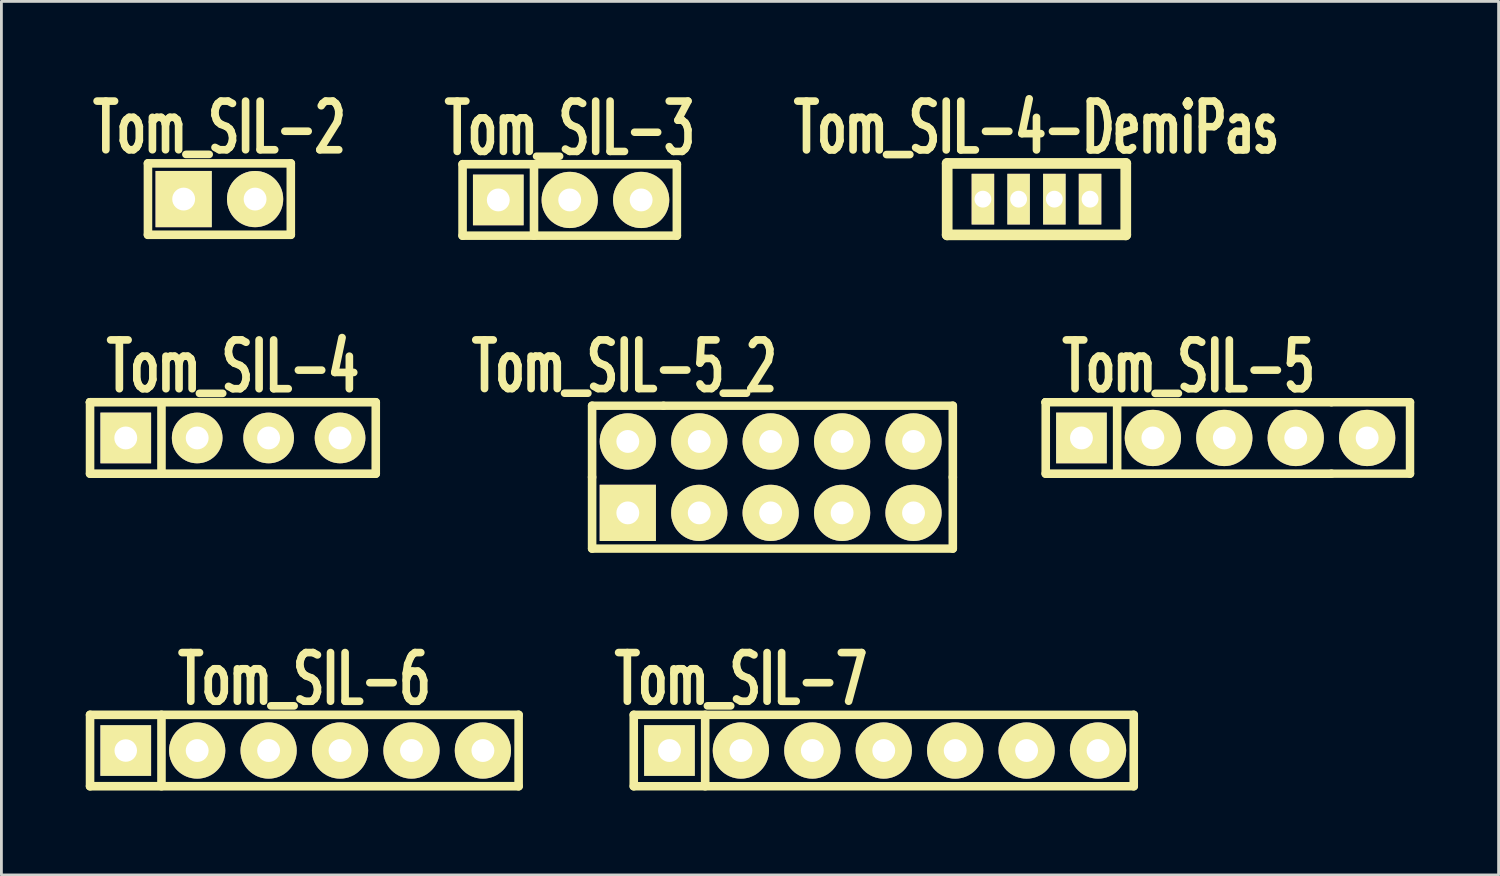
<source format=kicad_pcb>
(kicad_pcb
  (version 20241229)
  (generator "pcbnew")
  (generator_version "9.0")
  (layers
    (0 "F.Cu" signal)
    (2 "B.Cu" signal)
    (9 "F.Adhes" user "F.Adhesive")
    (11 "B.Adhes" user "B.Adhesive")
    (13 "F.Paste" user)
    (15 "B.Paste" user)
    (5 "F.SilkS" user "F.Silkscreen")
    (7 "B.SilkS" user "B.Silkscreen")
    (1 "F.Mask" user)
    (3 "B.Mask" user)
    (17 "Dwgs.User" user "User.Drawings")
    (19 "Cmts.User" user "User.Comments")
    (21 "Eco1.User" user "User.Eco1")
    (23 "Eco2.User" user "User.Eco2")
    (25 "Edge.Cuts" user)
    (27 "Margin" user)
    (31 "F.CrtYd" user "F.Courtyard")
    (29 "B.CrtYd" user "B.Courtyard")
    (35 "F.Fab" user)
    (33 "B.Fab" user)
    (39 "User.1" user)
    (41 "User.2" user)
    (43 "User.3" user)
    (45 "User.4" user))
  (footprint "Tom_SIL-6"
    (layer "F.Cu")
    (at 7.772 23.639)
    (property "Reference" "Tom_SIL-6" (at 0 -2.54 0) (layer "F.SilkS") (effects (font (size 1.73 1.087) (thickness 0.272))))
    (attr through_hole)
    (fp_line (start -7.62 -1.27) (end 7.62 -1.27) (stroke (width 0.305) (type solid)) (layer "F.SilkS"))
    (fp_line (start -7.62 1.27) (end -7.62 -1.27) (stroke (width 0.305) (type solid)) (layer "F.SilkS"))
    (fp_line (start -5.08 1.27) (end -5.08 -1.27) (stroke (width 0.305) (type solid)) (layer "F.SilkS"))
    (fp_line (start 7.62 -1.27) (end 7.62 1.27) (stroke (width 0.305) (type solid)) (layer "F.SilkS"))
    (fp_line (start 7.62 1.27) (end -7.62 1.27) (stroke (width 0.305) (type solid)) (layer "F.SilkS"))
    (pad "1" thru_hole rect (at -6.35 0) (size 1.801 1.801) (drill 0.8) (layers "*.Cu" "*.Mask" "F.SilkS"))
    (pad "2" thru_hole circle (at -3.81 0) (size 1.999 1.999) (drill 0.813) (layers "*.Cu" "*.Mask" "F.SilkS"))
    (pad "3" thru_hole circle (at -1.27 0) (size 1.999 1.999) (drill 0.813) (layers "*.Cu" "*.Mask" "F.SilkS"))
    (pad "4" thru_hole circle (at 1.27 0) (size 1.999 1.999) (drill 0.813) (layers "*.Cu" "*.Mask" "F.SilkS"))
    (pad "5" thru_hole circle (at 3.81 0) (size 1.999 1.999) (drill 0.813) (layers "*.Cu" "*.Mask" "F.SilkS"))
    (pad "6" thru_hole circle (at 6.35 0) (size 1.999 1.999) (drill 0.813) (layers "*.Cu" "*.Mask" "F.SilkS")))
  (footprint "Tom_SIL-5_2"
    (layer "F.Cu")
    (at 28.165 15.188)
    (property "Reference" "Tom_SIL-5_2" (at -9.017 -5.207 0) (layer "F.SilkS") (effects (font (size 1.73 1.087) (thickness 0.272))))
    (attr through_hole)
    (fp_line (start -10.16 -3.81) (end -7.62 -3.81) (stroke (width 0.3) (type solid)) (layer "F.SilkS"))
    (fp_line (start -10.16 -1.27) (end -10.16 -3.81) (stroke (width 0.305) (type solid)) (layer "F.SilkS"))
    (fp_line (start -10.16 1.27) (end -10.16 -1.27) (stroke (width 0.305) (type solid)) (layer "F.SilkS"))
    (fp_line (start -10.16 1.27) (end 2.667 1.27) (stroke (width 0.3) (type solid)) (layer "F.SilkS"))
    (fp_line (start -7.62 -3.81) (end 2.667 -3.81) (stroke (width 0.3) (type solid)) (layer "F.SilkS"))
    (fp_line (start 2.667 -3.81) (end 2.667 -1.27) (stroke (width 0.305) (type solid)) (layer "F.SilkS"))
    (fp_line (start 2.667 -1.27) (end 2.667 1.27) (stroke (width 0.305) (type solid)) (layer "F.SilkS"))
    (pad "1" thru_hole rect (at -8.89 0) (size 1.999 1.999) (drill 0.813) (layers "*.Cu" "*.Mask" "F.SilkS"))
    (pad "2" thru_hole circle (at -8.89 -2.54) (size 1.999 1.999) (drill 0.813) (layers "*.Cu" "*.Mask" "F.SilkS"))
    (pad "3" thru_hole circle (at -6.35 0) (size 1.999 1.999) (drill 0.813) (layers "*.Cu" "*.Mask" "F.SilkS"))
    (pad "4" thru_hole circle (at -6.35 -2.54) (size 2 2) (drill 0.813) (layers "*.Cu" "*.Mask" "F.SilkS"))
    (pad "5" thru_hole circle (at -3.81 0) (size 1.999 1.999) (drill 0.813) (layers "*.Cu" "*.Mask" "F.SilkS"))
    (pad "6" thru_hole circle (at -3.81 -2.54) (size 1.999 1.999) (drill 0.813) (layers "*.Cu" "*.Mask" "F.SilkS"))
    (pad "7" thru_hole circle (at -1.27 0) (size 1.999 1.999) (drill 0.813) (layers "*.Cu" "*.Mask" "F.SilkS"))
    (pad "8" thru_hole circle (at -1.27 -2.54) (size 1.999 1.999) (drill 0.813) (layers "*.Cu" "*.Mask" "F.SilkS"))
    (pad "9" thru_hole circle (at 1.27 0) (size 1.999 1.999) (drill 0.813) (layers "*.Cu" "*.Mask" "F.SilkS"))
    (pad "10" thru_hole circle (at 1.27 -2.54) (size 1.999 1.999) (drill 0.813) (layers "*.Cu" "*.Mask" "F.SilkS")))
  (footprint "Tom_SIL-5"
    (layer "F.Cu")
    (at 39.216 12.524)
    (property "Reference" "Tom_SIL-5" (at 0 -2.54 0) (layer "F.SilkS") (effects (font (size 1.735 1.087) (thickness 0.272))))
    (attr through_hole)
    (fp_line (start -5.08 -1.27) (end -5.08 -1.27) (stroke (width 0.305) (type solid)) (layer "F.SilkS"))
    (fp_line (start -5.08 -1.27) (end -5.08 -1.27) (stroke (width 0.305) (type solid)) (layer "F.SilkS"))
    (fp_line (start -5.08 -1.27) (end 5.08 -1.27) (stroke (width 0.3) (type solid)) (layer "F.SilkS"))
    (fp_line (start -5.08 1.27) (end -5.08 -1.27) (stroke (width 0.305) (type solid)) (layer "F.SilkS"))
    (fp_line (start -2.54 1.27) (end -2.54 -1.27) (stroke (width 0.305) (type solid)) (layer "F.SilkS"))
    (fp_line (start 5.08 -1.27) (end 7.874 -1.27) (stroke (width 0.3) (type solid)) (layer "F.SilkS"))
    (fp_line (start 5.08 1.27) (end -5.08 1.27) (stroke (width 0.305) (type solid)) (layer "F.SilkS"))
    (fp_line (start 5.08 1.27) (end 7.874 1.27) (stroke (width 0.3) (type solid)) (layer "F.SilkS"))
    (fp_line (start 7.874 1.27) (end 7.874 -1.27) (stroke (width 0.3) (type solid)) (layer "F.SilkS"))
    (pad "1" thru_hole rect (at -3.81 0) (size 1.801 1.801) (drill 0.813) (layers "*.Cu" "*.Mask" "F.SilkS"))
    (pad "2" thru_hole circle (at -1.27 0) (size 2 2) (drill 0.813) (layers "*.Cu" "*.Mask" "F.SilkS"))
    (pad "3" thru_hole circle (at 1.27 0) (size 2 2) (drill 0.813) (layers "*.Cu" "*.Mask" "F.SilkS"))
    (pad "4" thru_hole circle (at 3.81 0) (size 2 2) (drill 0.813) (layers "*.Cu" "*.Mask" "F.SilkS"))
    (pad "5" thru_hole circle (at 6.35 0) (size 2 2) (drill 0.813) (layers "*.Cu" "*.Mask" "F.SilkS")))
  (footprint "Tom_SIL-4"
    (layer "F.Cu")
    (at 5.232 12.524)
    (property "Reference" "Tom_SIL-4" (at 0 -2.54 0) (layer "F.SilkS") (effects (font (size 1.735 1.087) (thickness 0.272))))
    (attr through_hole)
    (fp_line (start -5.08 -1.27) (end -5.08 -1.27) (stroke (width 0.305) (type solid)) (layer "F.SilkS"))
    (fp_line (start -5.08 -1.27) (end -5.08 -1.27) (stroke (width 0.305) (type solid)) (layer "F.SilkS"))
    (fp_line (start -5.08 -1.27) (end 5.08 -1.27) (stroke (width 0.305) (type solid)) (layer "F.SilkS"))
    (fp_line (start -5.08 1.27) (end -5.08 -1.27) (stroke (width 0.305) (type solid)) (layer "F.SilkS"))
    (fp_line (start -2.54 1.27) (end -2.54 -1.27) (stroke (width 0.305) (type solid)) (layer "F.SilkS"))
    (fp_line (start 5.08 -1.27) (end 5.08 1.27) (stroke (width 0.305) (type solid)) (layer "F.SilkS"))
    (fp_line (start 5.08 1.27) (end -5.08 1.27) (stroke (width 0.305) (type solid)) (layer "F.SilkS"))
    (pad "1" thru_hole rect (at -3.81 0) (size 1.801 1.801) (drill 0.813) (layers "*.Cu" "*.Mask" "F.SilkS"))
    (pad "2" thru_hole circle (at -1.27 0) (size 1.801 1.801) (drill 0.813) (layers "*.Cu" "*.Mask" "F.SilkS"))
    (pad "3" thru_hole circle (at 1.27 0) (size 1.801 1.801) (drill 0.813) (layers "*.Cu" "*.Mask" "F.SilkS"))
    (pad "4" thru_hole circle (at 3.81 0) (size 1.801 1.801) (drill 0.813) (layers "*.Cu" "*.Mask" "F.SilkS")))
  (footprint "Tom_SIL-7"
    (layer "F.Cu")
    (at 29.646 23.639)
    (property "Reference" "Tom_SIL-7" (at -6.35 -2.54 0) (layer "F.SilkS") (effects (font (size 1.73 1.087) (thickness 0.272))))
    (attr through_hole)
    (fp_line (start -10.16 1.27) (end -10.16 -1.27) (stroke (width 0.305) (type solid)) (layer "F.SilkS"))
    (fp_line (start -7.62 1.27) (end -7.62 -1.27) (stroke (width 0.305) (type solid)) (layer "F.SilkS"))
    (fp_line (start 7.62 -1.27) (end -10.16 -1.27) (stroke (width 0.3) (type solid)) (layer "F.SilkS"))
    (fp_line (start 7.62 -1.27) (end 7.62 1.27) (stroke (width 0.305) (type solid)) (layer "F.SilkS"))
    (fp_line (start 7.62 1.27) (end -10.16 1.27) (stroke (width 0.3) (type solid)) (layer "F.SilkS"))
    (pad "1" thru_hole rect (at -8.89 0) (size 1.801 1.801) (drill 0.813) (layers "*.Cu" "*.Mask" "F.SilkS"))
    (pad "2" thru_hole circle (at -6.35 0) (size 2 2) (drill 0.813) (layers "*.Cu" "*.Mask" "F.SilkS"))
    (pad "3" thru_hole circle (at -3.81 0) (size 2 2) (drill 0.813) (layers "*.Cu" "*.Mask" "F.SilkS"))
    (pad "4" thru_hole circle (at -1.27 0) (size 2 2) (drill 0.813) (layers "*.Cu" "*.Mask" "F.SilkS"))
    (pad "5" thru_hole circle (at 1.27 0) (size 2 2) (drill 0.813) (layers "*.Cu" "*.Mask" "F.SilkS"))
    (pad "6" thru_hole circle (at 3.81 0) (size 2 2) (drill 0.813) (layers "*.Cu" "*.Mask" "F.SilkS"))
    (pad "7" thru_hole circle (at 6.35 0) (size 2 2) (drill 0.813) (layers "*.Cu" "*.Mask" "F.SilkS")))
  (footprint "Tom_SIL-3"
    (layer "F.Cu")
    (at 17.209 4.06)
    (property "Reference" "Tom_SIL-3" (at 0 -2.54 0) (layer "F.SilkS") (effects (font (size 1.791 1.077) (thickness 0.269))))
    (attr through_hole)
    (fp_line (start -3.81 -1.27) (end 3.81 -1.27) (stroke (width 0.305) (type solid)) (layer "F.SilkS"))
    (fp_line (start -3.81 1.27) (end -3.81 -1.27) (stroke (width 0.305) (type solid)) (layer "F.SilkS"))
    (fp_line (start -1.27 -1.27) (end -1.27 1.27) (stroke (width 0.305) (type solid)) (layer "F.SilkS"))
    (fp_line (start 3.81 -1.27) (end 3.81 1.27) (stroke (width 0.305) (type solid)) (layer "F.SilkS"))
    (fp_line (start 3.81 1.27) (end -3.81 1.27) (stroke (width 0.305) (type solid)) (layer "F.SilkS"))
    (pad "1" thru_hole rect (at -2.54 0) (size 1.801 1.801) (drill 0.813) (layers "*.Cu" "*.Mask" "F.SilkS"))
    (pad "2" thru_hole circle (at 0 0) (size 1.999 1.999) (drill 0.813) (layers "*.Cu" "*.Mask" "F.SilkS"))
    (pad "3" thru_hole circle (at 2.54 0) (size 1.999 1.999) (drill 0.813) (layers "*.Cu" "*.Mask" "F.SilkS")))
  (footprint "Tom_SIL-4-DemiPas"
    (layer "F.Cu")
    (at 33.807 4.032)
    (property "Reference" "Tom_SIL-4-DemiPas" (at 0 -2.54 0) (layer "F.SilkS") (effects (font (size 1.735 1.087) (thickness 0.272))))
    (attr through_hole)
    (fp_line (start -3.175 -1.27) (end 3.175 -1.27) (stroke (width 0.381) (type solid)) (layer "F.SilkS"))
    (fp_line (start -3.175 1.27) (end -3.175 -1.27) (stroke (width 0.381) (type solid)) (layer "F.SilkS"))
    (fp_line (start -3.175 1.27) (end 3.175 1.27) (stroke (width 0.381) (type solid)) (layer "F.SilkS"))
    (fp_line (start 3.175 -1.27) (end 3.175 1.27) (stroke (width 0.381) (type solid)) (layer "F.SilkS"))
    (pad "1" thru_hole rect (at -1.905 0) (size 0.8 1.801) (drill 0.599) (layers "*.Cu" "*.Mask" "F.SilkS"))
    (pad "2" thru_hole rect (at -0.635 0) (size 0.8 1.801) (drill 0.599) (layers "*.Cu" "*.Mask" "F.SilkS"))
    (pad "3" thru_hole rect (at 0.635 0) (size 0.8 1.801) (drill 0.599) (layers "*.Cu" "*.Mask" "F.SilkS"))
    (pad "4" thru_hole rect (at 1.905 0) (size 0.8 1.801) (drill 0.599) (layers "*.Cu" "*.Mask" "F.SilkS")))
  (footprint "Tom_SIL-2"
    (layer "F.Cu")
    (at 4.751 4.029)
    (property "Reference" "Tom_SIL-2" (at 0 -2.54 0) (layer "F.SilkS") (effects (font (size 1.73 1.087) (thickness 0.272))))
    (attr through_hole)
    (fp_line (start -2.54 -1.27) (end 2.54 -1.27) (stroke (width 0.305) (type solid)) (layer "F.SilkS"))
    (fp_line (start -2.54 1.27) (end -2.54 -1.27) (stroke (width 0.305) (type solid)) (layer "F.SilkS"))
    (fp_line (start 2.54 -1.27) (end 2.54 1.27) (stroke (width 0.305) (type solid)) (layer "F.SilkS"))
    (fp_line (start 2.54 1.27) (end -2.54 1.27) (stroke (width 0.305) (type solid)) (layer "F.SilkS"))
    (pad "1" thru_hole rect (at -1.27 0) (size 1.999 1.999) (drill 0.813) (layers "*.Cu" "*.Mask" "F.SilkS"))
    (pad "2" thru_hole circle (at 1.27 0) (size 1.999 1.999) (drill 0.813) (layers "*.Cu" "*.Mask" "F.SilkS")))
  (gr_rect
    (start -3 -3)
    (end 50.24 28.062)
    (stroke (width 0.1) (type default))
    (fill no)
    (layer "Edge.Cuts")))
</source>
